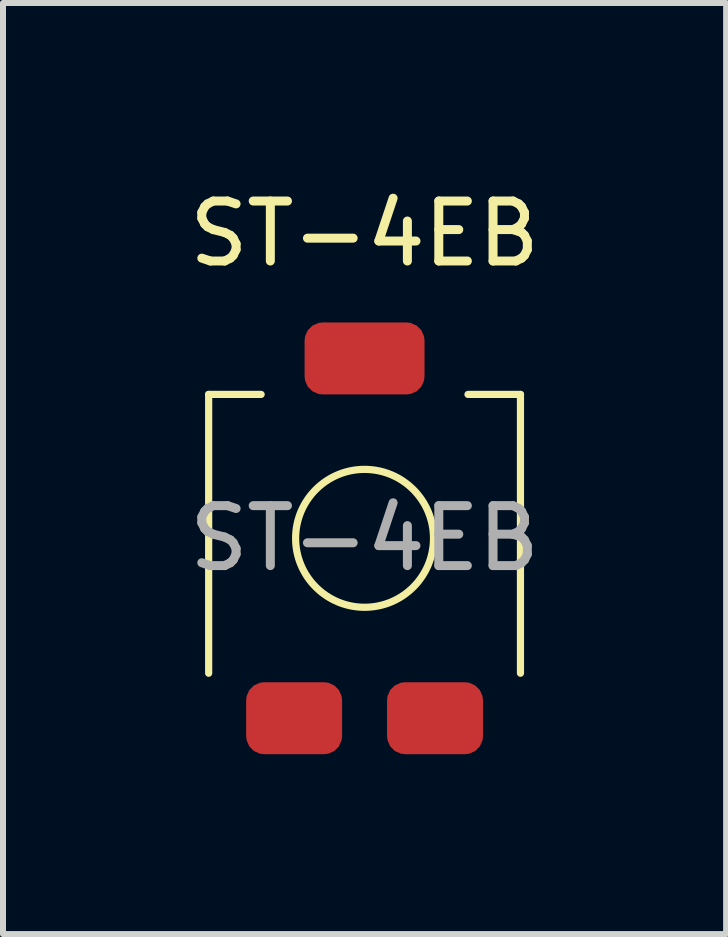
<source format=kicad_pcb>
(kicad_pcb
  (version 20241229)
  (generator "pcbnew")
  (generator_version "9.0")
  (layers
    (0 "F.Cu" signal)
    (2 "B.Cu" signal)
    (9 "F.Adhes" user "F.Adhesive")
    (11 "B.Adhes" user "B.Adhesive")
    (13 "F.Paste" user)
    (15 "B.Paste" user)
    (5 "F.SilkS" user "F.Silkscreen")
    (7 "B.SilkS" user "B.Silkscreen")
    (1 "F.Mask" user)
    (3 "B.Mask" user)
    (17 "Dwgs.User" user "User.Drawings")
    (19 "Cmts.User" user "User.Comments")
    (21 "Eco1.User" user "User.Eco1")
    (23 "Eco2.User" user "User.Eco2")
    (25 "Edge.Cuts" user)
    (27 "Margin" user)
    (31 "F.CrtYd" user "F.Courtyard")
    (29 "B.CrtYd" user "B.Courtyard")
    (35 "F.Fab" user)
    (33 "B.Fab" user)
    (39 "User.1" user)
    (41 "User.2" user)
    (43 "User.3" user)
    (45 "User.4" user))
  (footprint "ST-4EB"
    (layer "F.Cu")
    (at 3.03 5.928)
    (property "Reference" "ST-4EB" (at 0 -5.08 0) (unlocked yes) (layer "F.SilkS") (effects (font (size 1 1) (thickness 0.15))))
    (attr smd)
    (fp_line (start -2.6 -2.4) (end -2.6 2.25) (stroke (width 0.12) (type default)) (layer "F.SilkS"))
    (fp_line (start -2.6 -2.4) (end -1.725 -2.4) (stroke (width 0.12) (type default)) (layer "F.SilkS"))
    (fp_line (start 2.6 -2.4) (end 1.725 -2.4) (stroke (width 0.12) (type default)) (layer "F.SilkS"))
    (fp_line (start 2.6 -2.4) (end 2.6 2.25) (stroke (width 0.12) (type default)) (layer "F.SilkS"))
    (fp_circle (center 0 0) (end 1.15 0) (stroke (width 0.12) (type default)) (fill no) (layer "F.SilkS"))
    (fp_text user "${REFERENCE}" (at 0 0 0) (unlocked yes) (layer "F.Fab") (effects (font (size 1 1) (thickness 0.15))))
    (pad "1" smd roundrect (at 1.175 3) (size 1.6 1.2) (layers "F.Cu" "F.Mask" "F.Paste") (roundrect_rratio 0.25))
    (pad "2" smd roundrect (at 0 -3) (size 2 1.2) (layers "F.Cu" "F.Mask" "F.Paste") (roundrect_rratio 0.25))
    (pad "3" smd roundrect (at -1.175 3) (size 1.6 1.2) (layers "F.Cu" "F.Mask" "F.Paste") (roundrect_rratio 0.25)))
  (gr_rect
    (start -3 -3)
    (end 9.06 12.528)
    (stroke (width 0.1) (type default))
    (fill no)
    (layer "Edge.Cuts")))
</source>
